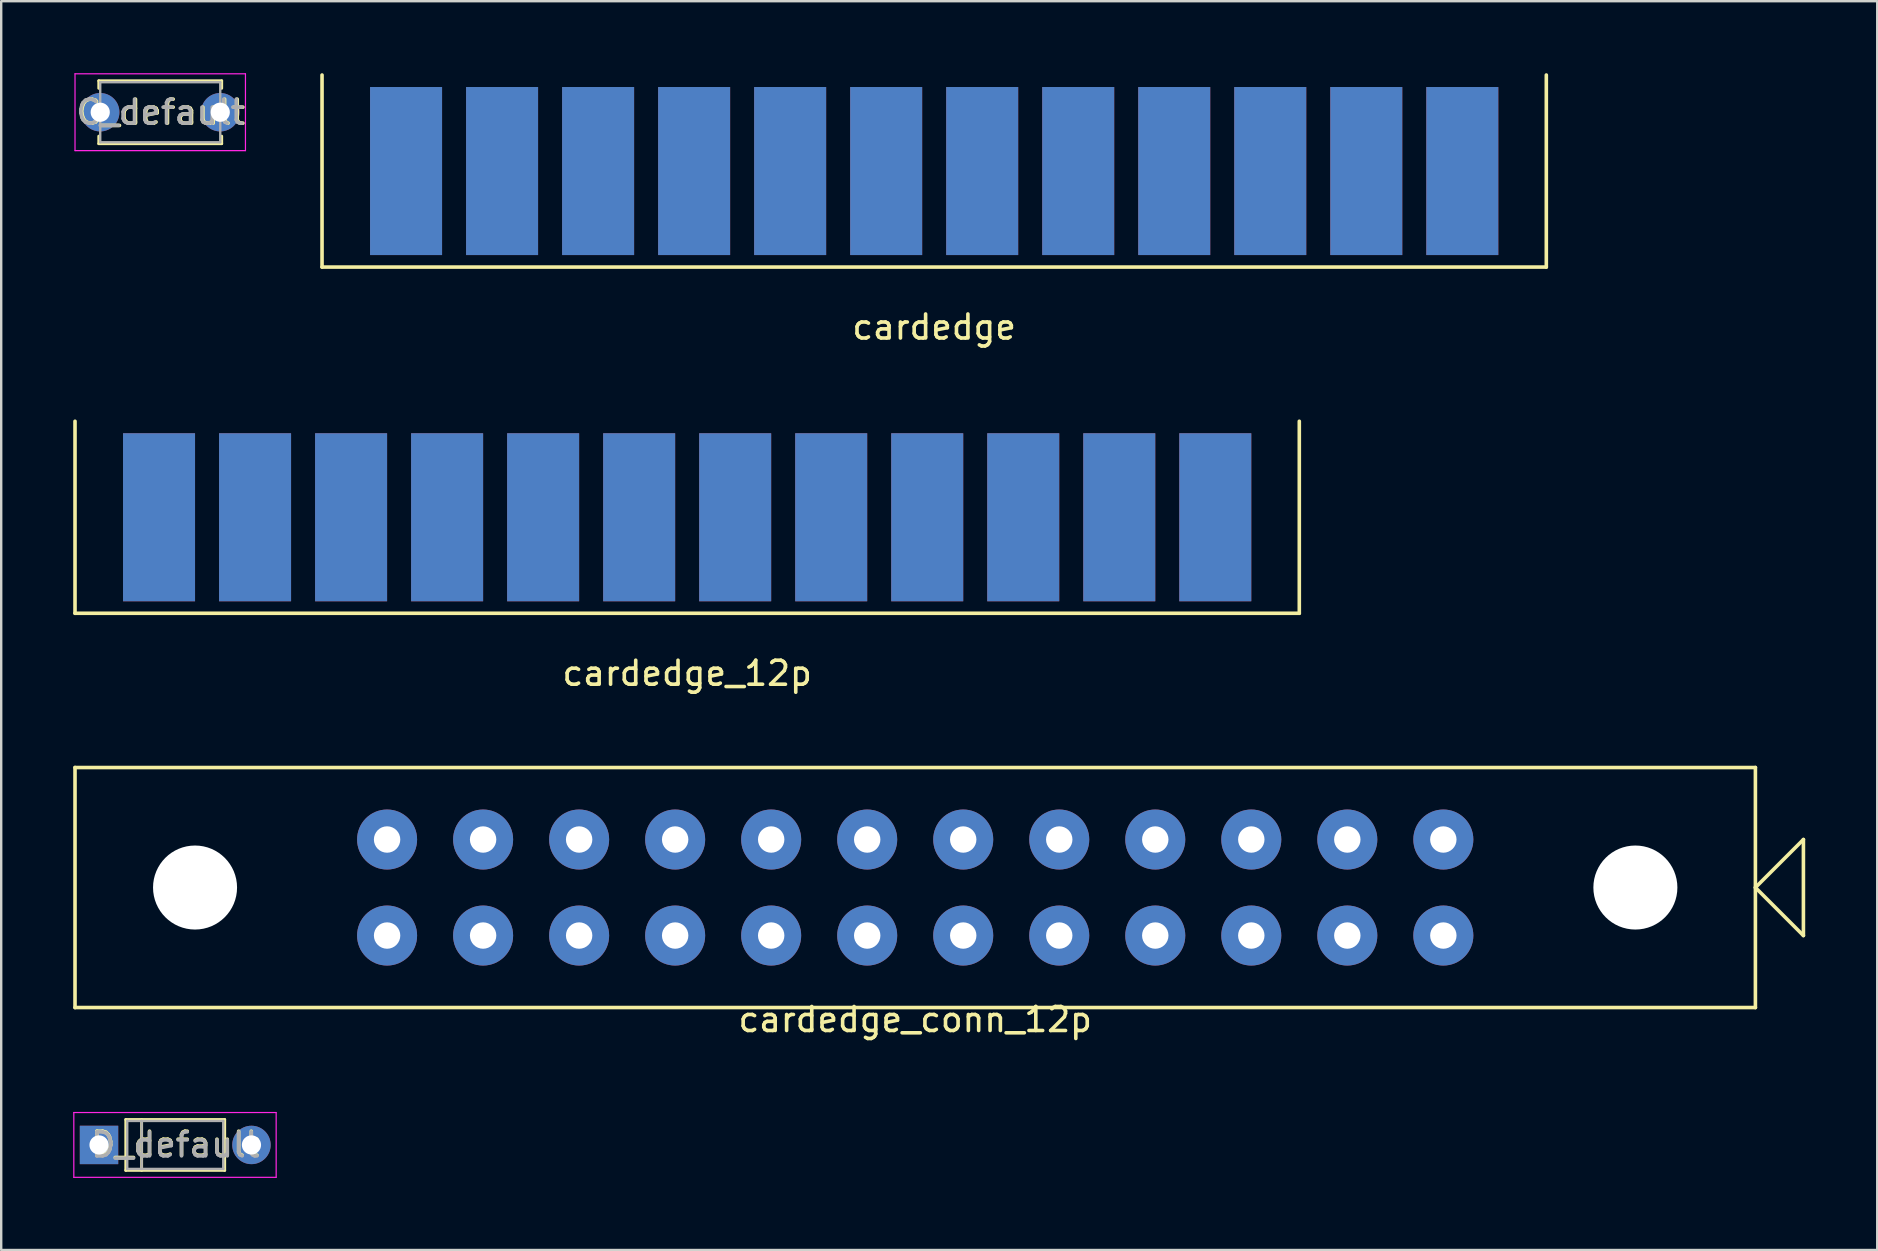
<source format=kicad_pcb>
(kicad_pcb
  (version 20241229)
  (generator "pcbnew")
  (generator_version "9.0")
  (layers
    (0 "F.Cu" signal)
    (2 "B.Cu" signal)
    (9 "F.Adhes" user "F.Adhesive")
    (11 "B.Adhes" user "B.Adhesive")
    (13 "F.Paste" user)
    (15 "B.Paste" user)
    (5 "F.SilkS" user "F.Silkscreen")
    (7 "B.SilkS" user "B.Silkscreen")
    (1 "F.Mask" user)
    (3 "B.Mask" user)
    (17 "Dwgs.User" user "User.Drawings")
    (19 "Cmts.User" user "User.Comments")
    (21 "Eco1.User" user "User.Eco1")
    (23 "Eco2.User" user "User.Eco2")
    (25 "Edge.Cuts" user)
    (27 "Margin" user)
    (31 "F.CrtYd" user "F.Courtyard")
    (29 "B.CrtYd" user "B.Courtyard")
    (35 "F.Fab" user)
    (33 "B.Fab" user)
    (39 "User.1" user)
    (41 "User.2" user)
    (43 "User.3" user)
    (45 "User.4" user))
  (footprint "cardedge_conn_12p"
    (layer "F.Cu")
    (at 35.075 38.922)
    (property "Reference" "cardedge_conn_12p" (at 0 0.5 0) (layer "F.SilkS") (effects (font (size 1 1) (thickness 0.15))))
    (attr through_hole)
    (fp_line (start -35 -10) (end -35 0) (stroke (width 0.15) (type solid)) (layer "F.SilkS"))
    (fp_line (start -35 0) (end 35 0) (stroke (width 0.15) (type solid)) (layer "F.SilkS"))
    (fp_line (start 35 -10) (end -35 -10) (stroke (width 0.15) (type solid)) (layer "F.SilkS"))
    (fp_line (start 35 -5) (end 37 -7) (stroke (width 0.15) (type solid)) (layer "F.SilkS"))
    (fp_line (start 35 0) (end 35 -10) (stroke (width 0.15) (type solid)) (layer "F.SilkS"))
    (fp_line (start 37 -7) (end 37 -3) (stroke (width 0.15) (type solid)) (layer "F.SilkS"))
    (fp_line (start 37 -3) (end 35 -5) (stroke (width 0.15) (type solid)) (layer "F.SilkS"))
    (pad "" np_thru_hole circle (at -30 -5) (size 3.5 3.5) (drill 3.5) (layers "*.Cu" "*.Mask"))
    (pad "" np_thru_hole circle (at 30 -5) (size 3.5 3.5) (drill 3.5) (layers "*.Cu" "*.Mask"))
    (pad "1" thru_hole circle (at -22 -3) (size 2.5 2.5) (drill 1.1) (layers "*.Cu" "*.Mask"))
    (pad "2" thru_hole circle (at -18 -3) (size 2.5 2.5) (drill 1.1) (layers "*.Cu" "*.Mask"))
    (pad "3" thru_hole circle (at -14 -3) (size 2.5 2.5) (drill 1.1) (layers "*.Cu" "*.Mask"))
    (pad "4" thru_hole circle (at -10 -3) (size 2.5 2.5) (drill 1.1) (layers "*.Cu" "*.Mask"))
    (pad "5" thru_hole circle (at -6 -3) (size 2.5 2.5) (drill 1.1) (layers "*.Cu" "*.Mask"))
    (pad "6" thru_hole circle (at -2 -3) (size 2.5 2.5) (drill 1.1) (layers "*.Cu" "*.Mask"))
    (pad "7" thru_hole circle (at 2 -3) (size 2.5 2.5) (drill 1.1) (layers "*.Cu" "*.Mask"))
    (pad "8" thru_hole circle (at 6 -3) (size 2.5 2.5) (drill 1.1) (layers "*.Cu" "*.Mask"))
    (pad "9" thru_hole circle (at 10 -3) (size 2.5 2.5) (drill 1.1) (layers "*.Cu" "*.Mask"))
    (pad "10" thru_hole circle (at 14 -3) (size 2.5 2.5) (drill 1.1) (layers "*.Cu" "*.Mask"))
    (pad "11" thru_hole circle (at 18 -3) (size 2.5 2.5) (drill 1.1) (layers "*.Cu" "*.Mask"))
    (pad "12" thru_hole circle (at 22 -3) (size 2.5 2.5) (drill 1.1) (layers "*.Cu" "*.Mask"))
    (pad "13" thru_hole circle (at -22 -7) (size 2.5 2.5) (drill 1.1) (layers "*.Cu" "*.Mask"))
    (pad "14" thru_hole circle (at -18 -7) (size 2.5 2.5) (drill 1.1) (layers "*.Cu" "*.Mask"))
    (pad "15" thru_hole circle (at -14 -7) (size 2.5 2.5) (drill 1.1) (layers "*.Cu" "*.Mask"))
    (pad "16" thru_hole circle (at -10 -7) (size 2.5 2.5) (drill 1.1) (layers "*.Cu" "*.Mask"))
    (pad "17" thru_hole circle (at -6 -7) (size 2.5 2.5) (drill 1.1) (layers "*.Cu" "*.Mask"))
    (pad "18" thru_hole circle (at -2 -7) (size 2.5 2.5) (drill 1.1) (layers "*.Cu" "*.Mask"))
    (pad "19" thru_hole circle (at 2 -7) (size 2.5 2.5) (drill 1.1) (layers "*.Cu" "*.Mask"))
    (pad "20" thru_hole circle (at 6 -7) (size 2.5 2.5) (drill 1.1) (layers "*.Cu" "*.Mask"))
    (pad "21" thru_hole circle (at 10 -7) (size 2.5 2.5) (drill 1.1) (layers "*.Cu" "*.Mask"))
    (pad "22" thru_hole circle (at 14 -7) (size 2.5 2.5) (drill 1.1) (layers "*.Cu" "*.Mask"))
    (pad "23" thru_hole circle (at 18 -7) (size 2.5 2.5) (drill 1.1) (layers "*.Cu" "*.Mask"))
    (pad "24" thru_hole circle (at 22 -7) (size 2.5 2.5) (drill 1.1) (layers "*.Cu" "*.Mask")))
  (footprint "C_default"
    (layer "F.Cu")
    (at 1.125 1.625)
    (property "Reference" "C_default" (at 2.54 0 0) (layer "F.SilkS") (effects (font (size 1 1) (thickness 0.15))))
    (attr through_hole)
    (fp_line (start -0.06 -1.31) (end -0.06 -0.996) (stroke (width 0.12) (type solid)) (layer "F.SilkS"))
    (fp_line (start -0.06 -1.31) (end 5.06 -1.31) (stroke (width 0.12) (type solid)) (layer "F.SilkS"))
    (fp_line (start -0.06 0.996) (end -0.06 1.31) (stroke (width 0.12) (type solid)) (layer "F.SilkS"))
    (fp_line (start -0.06 1.31) (end 5.06 1.31) (stroke (width 0.12) (type solid)) (layer "F.SilkS"))
    (fp_line (start 5.06 -1.31) (end 5.06 -0.996) (stroke (width 0.12) (type solid)) (layer "F.SilkS"))
    (fp_line (start 5.06 0.996) (end 5.06 1.31) (stroke (width 0.12) (type solid)) (layer "F.SilkS"))
    (fp_line (start -1.05 -1.6) (end -1.05 1.6) (stroke (width 0.05) (type solid)) (layer "F.CrtYd"))
    (fp_line (start -1.05 1.6) (end 6.05 1.6) (stroke (width 0.05) (type solid)) (layer "F.CrtYd"))
    (fp_line (start 6.05 -1.6) (end -1.05 -1.6) (stroke (width 0.05) (type solid)) (layer "F.CrtYd"))
    (fp_line (start 6.05 1.6) (end 6.05 -1.6) (stroke (width 0.05) (type solid)) (layer "F.CrtYd"))
    (fp_line (start 0 -1.25) (end 0 1.25) (stroke (width 0.1) (type solid)) (layer "F.Fab"))
    (fp_line (start 0 1.25) (end 5 1.25) (stroke (width 0.1) (type solid)) (layer "F.Fab"))
    (fp_line (start 5 -1.25) (end 0 -1.25) (stroke (width 0.1) (type solid)) (layer "F.Fab"))
    (fp_line (start 5 1.25) (end 5 -1.25) (stroke (width 0.1) (type solid)) (layer "F.Fab"))
    (fp_text user "${REFERENCE}" (at 2.5 0 0) (layer "F.Fab") (effects (font (size 1 1) (thickness 0.15))))
    (pad "1" thru_hole circle (at 0 0) (size 1.6 1.6) (drill 0.8) (layers "*.Cu" "*.Mask"))
    (pad "2" thru_hole circle (at 5 0) (size 1.6 1.6) (drill 0.8) (layers "*.Cu" "*.Mask")))
  (footprint "cardedge"
    (layer "F.Cu")
    (at 35.865 10.075)
    (property "Reference" "cardedge" (at 0 0.5 0) (layer "F.SilkS") (effects (font (size 1 1) (thickness 0.15))))
    (attr through_hole)
    (fp_line (start -25.5 -2) (end -25.5 -10) (stroke (width 0.15) (type solid)) (layer "F.SilkS"))
    (fp_line (start -25.5 -2) (end 25.5 -2) (stroke (width 0.15) (type solid)) (layer "F.SilkS"))
    (fp_line (start 25.5 -2) (end 25.5 -10) (stroke (width 0.15) (type solid)) (layer "F.SilkS"))
    (pad "1" connect rect (at -22 -6) (size 3 7) (layers "F.Cu" "F.Mask"))
    (pad "2" connect rect (at -18 -6) (size 3 7) (layers "F.Cu" "F.Mask"))
    (pad "3" connect rect (at -14 -6) (size 3 7) (layers "F.Cu" "F.Mask"))
    (pad "4" connect rect (at -10 -6) (size 3 7) (layers "F.Cu" "F.Mask"))
    (pad "5" connect rect (at -6 -6) (size 3 7) (layers "F.Cu" "F.Mask"))
    (pad "6" connect rect (at -2 -6) (size 3 7) (layers "F.Cu" "F.Mask"))
    (pad "7" connect rect (at 2 -6) (size 3 7) (layers "F.Cu" "F.Mask"))
    (pad "8" connect rect (at 6 -6) (size 3 7) (layers "F.Cu" "F.Mask"))
    (pad "9" connect rect (at 10 -6) (size 3 7) (layers "F.Cu" "F.Mask"))
    (pad "10" connect rect (at 14 -6) (size 3 7) (layers "F.Cu" "F.Mask"))
    (pad "11" connect rect (at 18 -6) (size 3 7) (layers "F.Cu" "F.Mask"))
    (pad "12" connect rect (at 22 -6) (size 3 7) (layers "F.Cu" "F.Mask"))
    (pad "13" connect rect (at -22 -6) (size 3 7) (layers "B.Cu" "B.Mask"))
    (pad "14" connect rect (at -18 -6) (size 3 7) (layers "B.Cu" "B.Mask"))
    (pad "15" connect rect (at -14 -6) (size 3 7) (layers "B.Cu" "B.Mask"))
    (pad "16" connect rect (at -10 -6) (size 3 7) (layers "B.Cu" "B.Mask"))
    (pad "17" connect rect (at -6 -6) (size 3 7) (layers "B.Cu" "B.Mask"))
    (pad "18" connect rect (at -2 -6) (size 3 7) (layers "B.Cu" "B.Mask"))
    (pad "19" connect rect (at 2 -6) (size 3 7) (layers "B.Cu" "B.Mask"))
    (pad "20" connect rect (at 6 -6) (size 3 7) (layers "B.Cu" "B.Mask"))
    (pad "21" connect rect (at 10 -6) (size 3 7) (layers "B.Cu" "B.Mask"))
    (pad "22" connect rect (at 14 -6) (size 3 7) (layers "B.Cu" "B.Mask"))
    (pad "23" connect rect (at 18 -6) (size 3 7) (layers "B.Cu" "B.Mask"))
    (pad "24" connect rect (at 22 -6) (size 3 7) (layers "B.Cu" "B.Mask")))
  (footprint "D_default"
    (layer "F.Cu")
    (at 1.075 44.645)
    (property "Reference" "D_default" (at 3.175 -0.028 0) (layer "F.SilkS") (effects (font (size 1 1) (thickness 0.15))))
    (attr through_hole)
    (fp_line (start 1.115 -1.06) (end 1.115 1.06) (stroke (width 0.12) (type solid)) (layer "F.SilkS"))
    (fp_line (start 1.115 1.06) (end 5.235 1.06) (stroke (width 0.12) (type solid)) (layer "F.SilkS"))
    (fp_line (start 1.775 -1.06) (end 1.775 1.06) (stroke (width 0.12) (type solid)) (layer "F.SilkS"))
    (fp_line (start 5.235 -1.06) (end 1.115 -1.06) (stroke (width 0.12) (type solid)) (layer "F.SilkS"))
    (fp_line (start 5.235 1.06) (end 5.235 -1.06) (stroke (width 0.12) (type solid)) (layer "F.SilkS"))
    (fp_line (start -1.05 -1.35) (end -1.05 1.35) (stroke (width 0.05) (type solid)) (layer "F.CrtYd"))
    (fp_line (start -1.05 1.35) (end 7.375 1.35) (stroke (width 0.05) (type solid)) (layer "F.CrtYd"))
    (fp_line (start 7.375 -1.35) (end -1.05 -1.35) (stroke (width 0.05) (type solid)) (layer "F.CrtYd"))
    (fp_line (start 7.379 1.35) (end 7.379 -1.35) (stroke (width 0.05) (type solid)) (layer "F.CrtYd"))
    (fp_line (start 1.175 -1) (end 1.175 1) (stroke (width 0.1) (type solid)) (layer "F.Fab"))
    (fp_line (start 1.175 1) (end 5.175 1) (stroke (width 0.1) (type solid)) (layer "F.Fab"))
    (fp_line (start 1.775 -1) (end 1.775 1) (stroke (width 0.1) (type solid)) (layer "F.Fab"))
    (fp_line (start 5.175 -1) (end 1.175 -1) (stroke (width 0.1) (type solid)) (layer "F.Fab"))
    (fp_line (start 5.175 1) (end 5.175 -1) (stroke (width 0.1) (type solid)) (layer "F.Fab"))
    (fp_text user "${REFERENCE}" (at 3.175 0 0) (layer "F.Fab") (effects (font (size 1 1) (thickness 0.15))))
    (pad "1" thru_hole rect (at 0 0) (size 1.6 1.6) (drill 0.8) (layers "*.Cu" "*.Mask"))
    (pad "2" thru_hole oval (at 6.35 0) (size 1.6 1.6) (drill 0.8) (layers "*.Cu" "*.Mask")))
  (footprint "cardedge_12p"
    (layer "F.Cu")
    (at 25.575 24.498)
    (property "Reference" "cardedge_12p" (at 0 0.5 0) (layer "F.SilkS") (effects (font (size 1 1) (thickness 0.15))))
    (attr through_hole)
    (fp_line (start -25.5 -2) (end -25.5 -10) (stroke (width 0.15) (type solid)) (layer "F.SilkS"))
    (fp_line (start -25.5 -2) (end 25.5 -2) (stroke (width 0.15) (type solid)) (layer "F.SilkS"))
    (fp_line (start 25.5 -2) (end 25.5 -10) (stroke (width 0.15) (type solid)) (layer "F.SilkS"))
    (pad "1" connect rect (at -22 -6) (size 3 7) (layers "F.Cu" "F.Mask"))
    (pad "2" connect rect (at -18 -6) (size 3 7) (layers "F.Cu" "F.Mask"))
    (pad "3" connect rect (at -14 -6) (size 3 7) (layers "F.Cu" "F.Mask"))
    (pad "4" connect rect (at -10 -6) (size 3 7) (layers "F.Cu" "F.Mask"))
    (pad "5" connect rect (at -6 -6) (size 3 7) (layers "F.Cu" "F.Mask"))
    (pad "6" connect rect (at -2 -6) (size 3 7) (layers "F.Cu" "F.Mask"))
    (pad "7" connect rect (at 2 -6) (size 3 7) (layers "F.Cu" "F.Mask"))
    (pad "8" connect rect (at 6 -6) (size 3 7) (layers "F.Cu" "F.Mask"))
    (pad "9" connect rect (at 10 -6) (size 3 7) (layers "F.Cu" "F.Mask"))
    (pad "10" connect rect (at 14 -6) (size 3 7) (layers "F.Cu" "F.Mask"))
    (pad "11" connect rect (at 18 -6) (size 3 7) (layers "F.Cu" "F.Mask"))
    (pad "12" connect rect (at 22 -6) (size 3 7) (layers "F.Cu" "F.Mask"))
    (pad "13" connect rect (at -22 -6) (size 3 7) (layers "B.Cu" "B.Mask"))
    (pad "14" connect rect (at -18 -6) (size 3 7) (layers "B.Cu" "B.Mask"))
    (pad "15" connect rect (at -14 -6) (size 3 7) (layers "B.Cu" "B.Mask"))
    (pad "16" connect rect (at -10 -6) (size 3 7) (layers "B.Cu" "B.Mask"))
    (pad "17" connect rect (at -6 -6) (size 3 7) (layers "B.Cu" "B.Mask"))
    (pad "18" connect rect (at -2 -6) (size 3 7) (layers "B.Cu" "B.Mask"))
    (pad "19" connect rect (at 2 -6) (size 3 7) (layers "B.Cu" "B.Mask"))
    (pad "20" connect rect (at 6 -6) (size 3 7) (layers "B.Cu" "B.Mask"))
    (pad "21" connect rect (at 10 -6) (size 3 7) (layers "B.Cu" "B.Mask"))
    (pad "22" connect rect (at 14 -6) (size 3 7) (layers "B.Cu" "B.Mask"))
    (pad "23" connect rect (at 18 -6) (size 3 7) (layers "B.Cu" "B.Mask"))
    (pad "24" connect rect (at 22 -6) (size 3 7) (layers "B.Cu" "B.Mask")))
  (gr_rect
    (start -3 -3)
    (end 75.15 49.02)
    (stroke (width 0.1) (type default))
    (fill no)
    (layer "Edge.Cuts")))
</source>
